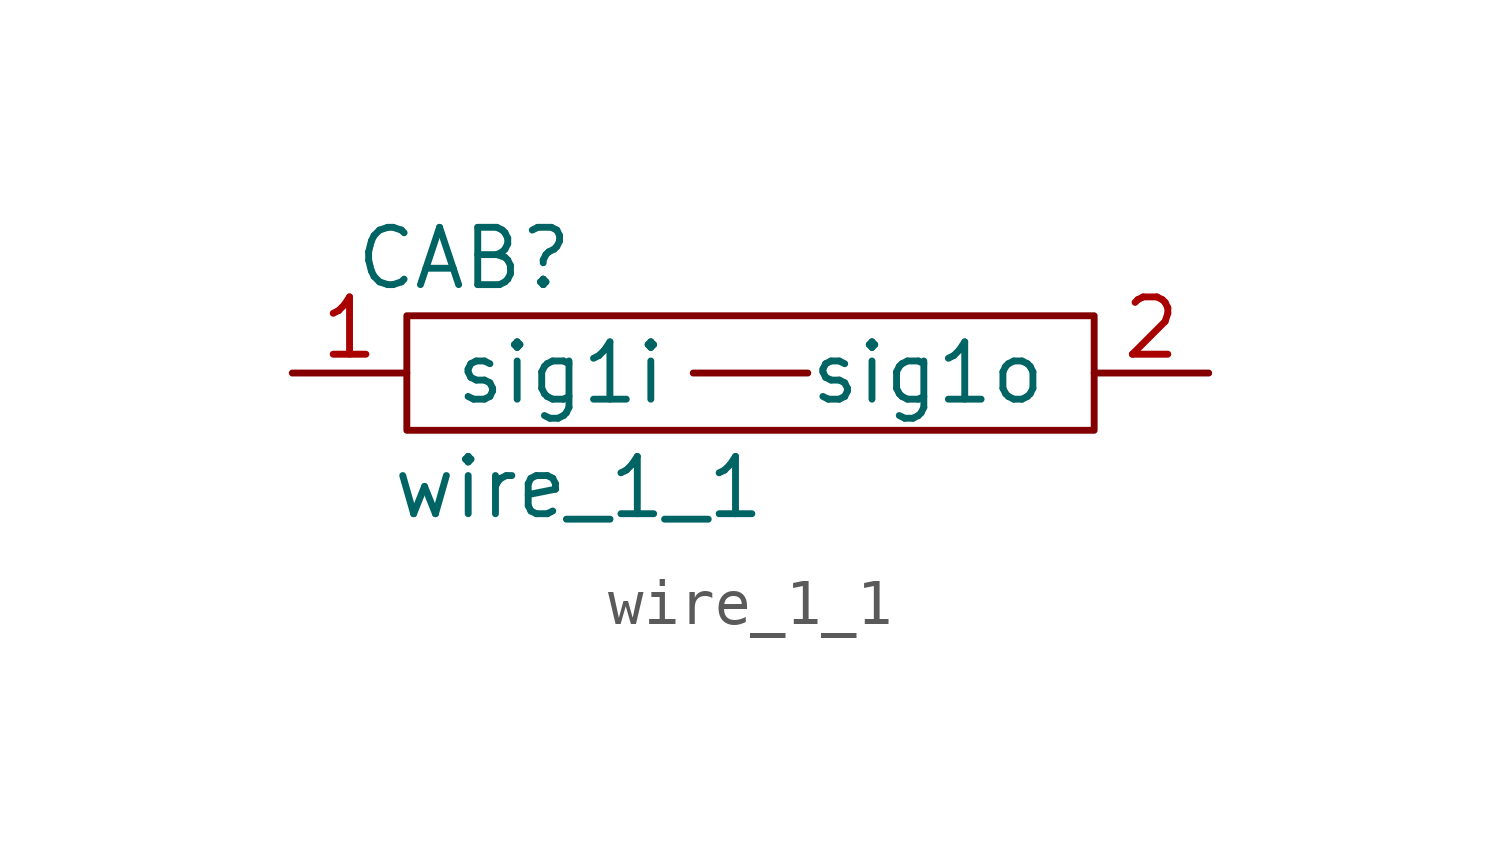
<source format=kicad_sym>
(kicad_symbol_lib
  (version 20220914)
  (generator kicad_symbol_editor)
  (symbol "wire_1_1"
    (pin_names
      (offset 1.016))
    (property "Reference" "CAB"
      (at -6.35 2.54 0)
      (effects (font (size 1.27 1.27))))
    (property "Value" "wire_1_1"
      (at -3.81 -2.54 0)
      (effects (font (size 1.27 1.27))))
    (symbol "wire_1_1_0_1"
      (rectangle (start -7.62 1.27) (end 7.62 -1.27) (stroke (width 0) (type solid)) (fill (type none)))
      (polyline (pts (xy -1.27 0) (xy 1.27 0)) (stroke (width 0) (type solid)) (fill (type none))))
    (symbol "wire_1_1_1_1"
      (pin input line (at -10.16 0 0) (length 2.54) (name "sig1i" (effects (font (size 1.27 1.27)))) (number "1" (effects (font (size 1.27 1.27)))))
      (pin output line (at 10.16 0 180) (length 2.54) (name "sig1o" (effects (font (size 1.27 1.27)))) (number "2" (effects (font (size 1.27 1.27))))))))
</source>
